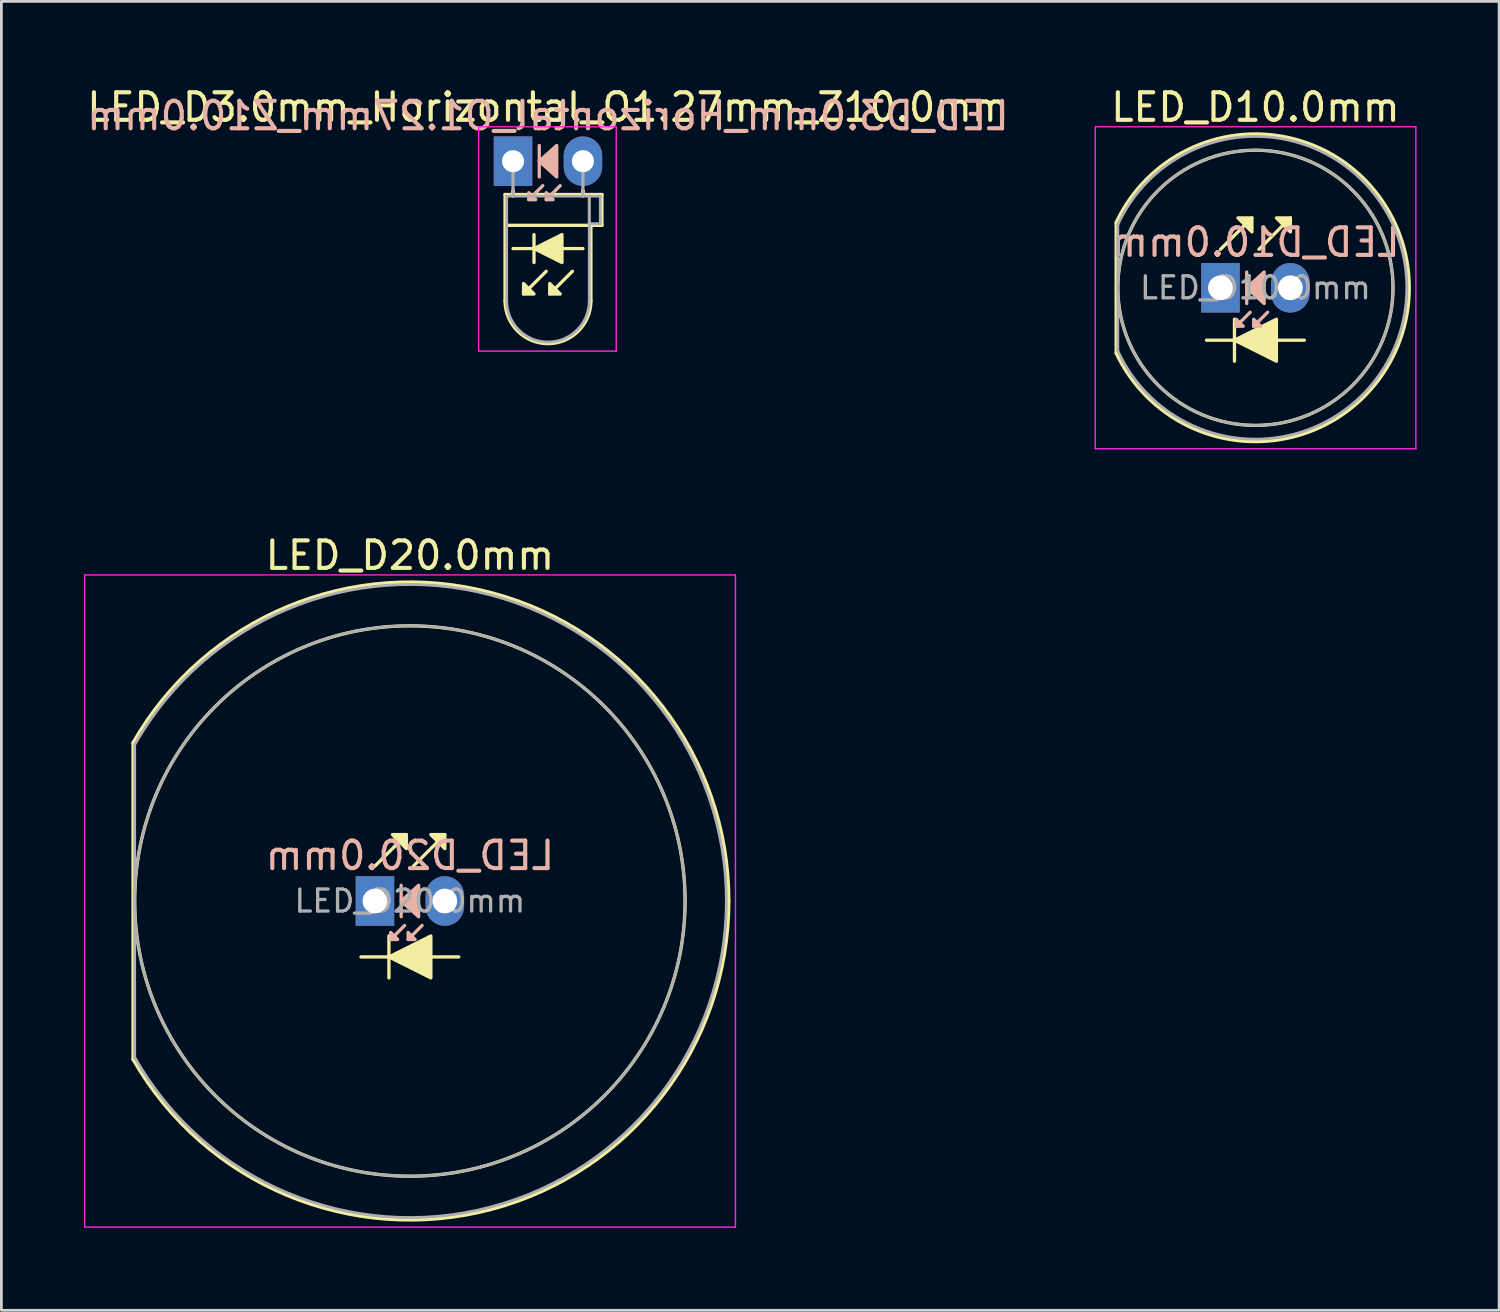
<source format=kicad_pcb>
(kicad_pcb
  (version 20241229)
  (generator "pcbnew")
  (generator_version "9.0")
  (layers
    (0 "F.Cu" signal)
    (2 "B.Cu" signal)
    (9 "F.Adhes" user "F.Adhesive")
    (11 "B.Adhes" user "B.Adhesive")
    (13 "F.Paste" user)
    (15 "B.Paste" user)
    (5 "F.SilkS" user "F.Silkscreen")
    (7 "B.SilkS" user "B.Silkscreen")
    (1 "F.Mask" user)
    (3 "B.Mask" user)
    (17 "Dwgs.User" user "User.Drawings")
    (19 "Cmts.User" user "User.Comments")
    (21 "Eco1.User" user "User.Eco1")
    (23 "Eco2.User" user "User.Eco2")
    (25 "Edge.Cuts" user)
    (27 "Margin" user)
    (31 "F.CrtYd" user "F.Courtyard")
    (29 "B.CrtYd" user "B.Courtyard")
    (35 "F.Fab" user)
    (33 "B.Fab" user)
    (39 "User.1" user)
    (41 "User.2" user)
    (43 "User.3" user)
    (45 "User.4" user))
  (footprint "LED_D10.0mm"
    (layer "F.Cu")
    (at 41.301 7.408)
    (property "Reference" "LED_D10.0mm" (at 1.27 -6.56 0) (layer "F.SilkS") (effects (font (size 1 1) (thickness 0.15))))
    (fp_line (start -3.79 -2.376) (end -3.79 2.376) (stroke (width 0.12) (type solid)) (layer "F.SilkS"))
    (fp_line (start 0 -1.397) (end 1.143 -2.54) (stroke (width 0.12) (type solid)) (layer "F.SilkS"))
    (fp_line (start 0.508 1.143) (end 0.508 2.667) (stroke (width 0.12) (type solid)) (layer "F.SilkS"))
    (fp_line (start 0.508 1.905) (end -0.508 1.905) (stroke (width 0.12) (type solid)) (layer "F.SilkS"))
    (fp_line (start 1.397 -1.397) (end 2.54 -2.54) (stroke (width 0.12) (type solid)) (layer "F.SilkS"))
    (fp_line (start 3.048 1.905) (end 2.032 1.905) (stroke (width 0.12) (type solid)) (layer "F.SilkS"))
    (fp_arc (start -3.79 -2.375816) (mid 2.484794 -5.456407) (end 6.859998 -0.004741) (stroke (width 0.12) (type solid)) (layer "F.SilkS"))
    (fp_arc (start 6.859998 0.004741) (mid 2.484794 5.456407) (end -3.79 2.375816) (stroke (width 0.12) (type solid)) (layer "F.SilkS"))
    (fp_circle (center 1.27 0) (end 6.27 0) (stroke (width 0.12) (type solid)) (fill no) (layer "F.SilkS"))
    (fp_poly (pts (xy 1.143 -2.032) (xy 0.635 -2.54) (xy 1.143 -2.54)) (stroke (width 0.12) (type solid)) (fill yes) (layer "F.SilkS"))
    (fp_poly (pts (xy 2.032 2.667) (xy 0.508 1.905) (xy 2.032 1.143)) (stroke (width 0.12) (type solid)) (fill yes) (layer "F.SilkS"))
    (fp_poly (pts (xy 2.54 -2.032) (xy 2.032 -2.54) (xy 2.54 -2.54)) (stroke (width 0.12) (type solid)) (fill yes) (layer "F.SilkS"))
    (fp_line (start 0.953 -0.572) (end 0.953 0.572) (stroke (width 0.12) (type solid)) (layer "B.SilkS"))
    (fp_line (start 1.079 0.889) (end 0.572 1.397) (stroke (width 0.12) (type solid)) (layer "B.SilkS"))
    (fp_line (start 1.714 0.889) (end 1.206 1.397) (stroke (width 0.12) (type solid)) (layer "B.SilkS"))
    (fp_poly (pts (xy 0.572 1.143) (xy 0.826 1.397) (xy 0.572 1.397)) (stroke (width 0.12) (type solid)) (fill yes) (layer "B.SilkS"))
    (fp_poly (pts (xy 1.206 1.143) (xy 1.46 1.397) (xy 1.206 1.397)) (stroke (width 0.12) (type solid)) (fill yes) (layer "B.SilkS"))
    (fp_poly (pts (xy 1.587 0.572) (xy 0.953 0) (xy 1.587 -0.572)) (stroke (width 0.12) (type solid)) (fill yes) (layer "B.SilkS"))
    (fp_line (start -4.55 -5.85) (end -4.55 5.85) (stroke (width 0.05) (type solid)) (layer "F.CrtYd"))
    (fp_line (start -4.55 5.85) (end 7.1 5.85) (stroke (width 0.05) (type solid)) (layer "F.CrtYd"))
    (fp_line (start 7.1 -5.85) (end -4.55 -5.85) (stroke (width 0.05) (type solid)) (layer "F.CrtYd"))
    (fp_line (start 7.1 5.85) (end 7.1 -5.85) (stroke (width 0.05) (type solid)) (layer "F.CrtYd"))
    (fp_line (start -3.73 -2.291) (end -3.73 2.291) (stroke (width 0.1) (type solid)) (layer "F.Fab"))
    (fp_arc (start -3.73 -2.291288) (mid 6.77 0.001918) (end -3.731597 2.2878) (stroke (width 0.1) (type solid)) (layer "F.Fab"))
    (fp_circle (center 1.27 0) (end 6.27 0) (stroke (width 0.1) (type solid)) (fill no) (layer "F.Fab"))
    (fp_text user "${REFERENCE}" (at 1.27 -1.651 0) (layer "B.SilkS") (effects (font (size 1 1) (thickness 0.15)) (justify mirror)))
    (fp_text user "${REFERENCE}" (at 1.27 0 0) (layer "F.Fab") (effects (font (size 0.8 0.8) (thickness 0.12))))
    (pad "1" thru_hole rect (at 0 0) (size 1.4 1.8) (drill 0.9) (layers "*.Cu" "*.Mask"))
    (pad "2" thru_hole oval (at 2.54 0) (size 1.4 1.8) (drill 0.9) (layers "*.Cu" "*.Mask")))
  (footprint "LED_D20.0mm"
    (layer "F.Cu")
    (at 10.575 29.692)
    (property "Reference" "LED_D20.0mm" (at 1.27 -12.56 0) (layer "F.SilkS") (effects (font (size 1 1) (thickness 0.15))))
    (fp_line (start -8.79 -5.756) (end -8.79 5.756) (stroke (width 0.12) (type solid)) (layer "F.SilkS"))
    (fp_line (start 0 -1.27) (end 1.143 -2.413) (stroke (width 0.12) (type solid)) (layer "F.SilkS"))
    (fp_line (start 0.508 1.27) (end 0.508 2.794) (stroke (width 0.12) (type solid)) (layer "F.SilkS"))
    (fp_line (start 0.508 2.032) (end -0.508 2.032) (stroke (width 0.12) (type solid)) (layer "F.SilkS"))
    (fp_line (start 1.397 -1.27) (end 2.54 -2.413) (stroke (width 0.12) (type solid)) (layer "F.SilkS"))
    (fp_line (start 3.048 2.032) (end 2.032 2.032) (stroke (width 0.12) (type solid)) (layer "F.SilkS"))
    (fp_arc (start -8.79 -5.755389) (mid 4.245115 -11.201643) (end 12.859999 -0.00523) (stroke (width 0.12) (type solid)) (layer "F.SilkS"))
    (fp_arc (start 12.859999 0.00523) (mid 4.245115 11.201643) (end -8.79 5.755389) (stroke (width 0.12) (type solid)) (layer "F.SilkS"))
    (fp_circle (center 1.27 0) (end 11.27 0) (stroke (width 0.12) (type solid)) (fill no) (layer "F.SilkS"))
    (fp_poly (pts (xy 1.143 -1.905) (xy 0.635 -2.413) (xy 1.143 -2.413)) (stroke (width 0.12) (type solid)) (fill yes) (layer "F.SilkS"))
    (fp_poly (pts (xy 2.032 2.794) (xy 0.508 2.032) (xy 2.032 1.27)) (stroke (width 0.12) (type solid)) (fill yes) (layer "F.SilkS"))
    (fp_poly (pts (xy 2.54 -1.905) (xy 2.032 -2.413) (xy 2.54 -2.413)) (stroke (width 0.12) (type solid)) (fill yes) (layer "F.SilkS"))
    (fp_line (start 0.953 -0.572) (end 0.953 0.572) (stroke (width 0.12) (type solid)) (layer "B.SilkS"))
    (fp_line (start 1.079 0.889) (end 0.572 1.397) (stroke (width 0.12) (type solid)) (layer "B.SilkS"))
    (fp_line (start 1.714 0.889) (end 1.206 1.397) (stroke (width 0.12) (type solid)) (layer "B.SilkS"))
    (fp_poly (pts (xy 0.572 1.143) (xy 0.826 1.397) (xy 0.572 1.397)) (stroke (width 0.12) (type solid)) (fill yes) (layer "B.SilkS"))
    (fp_poly (pts (xy 1.206 1.143) (xy 1.46 1.397) (xy 1.206 1.397)) (stroke (width 0.12) (type solid)) (fill yes) (layer "B.SilkS"))
    (fp_poly (pts (xy 1.587 0.572) (xy 0.953 0) (xy 1.587 -0.572)) (stroke (width 0.12) (type solid)) (fill yes) (layer "B.SilkS"))
    (fp_line (start -10.55 -11.85) (end -10.55 11.85) (stroke (width 0.05) (type solid)) (layer "F.CrtYd"))
    (fp_line (start -10.55 11.85) (end 13.1 11.85) (stroke (width 0.05) (type solid)) (layer "F.CrtYd"))
    (fp_line (start 13.1 -11.85) (end -10.55 -11.85) (stroke (width 0.05) (type solid)) (layer "F.CrtYd"))
    (fp_line (start 13.1 11.85) (end 13.1 -11.85) (stroke (width 0.05) (type solid)) (layer "F.CrtYd"))
    (fp_line (start -8.73 -5.679) (end -8.73 5.679) (stroke (width 0.1) (type solid)) (layer "F.Fab"))
    (fp_arc (start -8.73 -5.678908) (mid 12.77 -0.001637) (end -8.728383 5.681755) (stroke (width 0.1) (type solid)) (layer "F.Fab"))
    (fp_circle (center 1.27 0) (end 11.27 0) (stroke (width 0.1) (type solid)) (fill no) (layer "F.Fab"))
    (fp_text user "${REFERENCE}" (at 1.27 -1.651 0) (layer "B.SilkS") (effects (font (size 1 1) (thickness 0.15)) (justify mirror)))
    (fp_text user "${REFERENCE}" (at 1.27 0 0) (layer "F.Fab") (effects (font (size 0.8 0.8) (thickness 0.12))))
    (pad "1" thru_hole rect (at 0 0) (size 1.4 1.8) (drill 0.9) (layers "*.Cu" "*.Mask"))
    (pad "2" thru_hole oval (at 2.54 0) (size 1.4 1.8) (drill 0.9) (layers "*.Cu" "*.Mask")))
  (footprint "LED_D3.0mm_Horizontal_O1.27mm_Z10.0mm"
    (layer "F.Cu")
    (at 15.593 2.808)
    (property "Reference" "LED_D3.0mm_Horizontal_O1.27mm_Z10.0mm" (at 1.27 -1.96 0) (layer "F.SilkS") (effects (font (size 1 1) (thickness 0.15))))
    (fp_line (start -0.29 1.21) (end -0.29 5.07) (stroke (width 0.12) (type solid)) (layer "F.SilkS"))
    (fp_line (start -0.29 1.21) (end 2.83 1.21) (stroke (width 0.12) (type solid)) (layer "F.SilkS"))
    (fp_line (start 0 1.08) (end 0 1.08) (stroke (width 0.12) (type solid)) (layer "F.SilkS"))
    (fp_line (start 0 1.08) (end 0 1.21) (stroke (width 0.12) (type solid)) (layer "F.SilkS"))
    (fp_line (start 0 1.21) (end 0 1.08) (stroke (width 0.12) (type solid)) (layer "F.SilkS"))
    (fp_line (start 0 1.21) (end 0 1.21) (stroke (width 0.12) (type solid)) (layer "F.SilkS"))
    (fp_line (start 0.762 2.667) (end 0.762 3.683) (stroke (width 0.12) (type solid)) (layer "F.SilkS"))
    (fp_line (start 1.206 4) (end 0.381 4.826) (stroke (width 0.12) (type solid)) (layer "F.SilkS"))
    (fp_line (start 2.159 4) (end 1.333 4.826) (stroke (width 0.12) (type solid)) (layer "F.SilkS"))
    (fp_line (start 2.54 1.08) (end 2.54 1.08) (stroke (width 0.12) (type solid)) (layer "F.SilkS"))
    (fp_line (start 2.54 1.08) (end 2.54 1.21) (stroke (width 0.12) (type solid)) (layer "F.SilkS"))
    (fp_line (start 2.54 1.21) (end 2.54 1.08) (stroke (width 0.12) (type solid)) (layer "F.SilkS"))
    (fp_line (start 2.54 1.21) (end 2.54 1.21) (stroke (width 0.12) (type solid)) (layer "F.SilkS"))
    (fp_line (start 2.54 3.175) (end 0 3.175) (stroke (width 0.12) (type solid)) (layer "F.SilkS"))
    (fp_line (start 2.83 1.21) (end 3.23 1.21) (stroke (width 0.12) (type solid)) (layer "F.SilkS"))
    (fp_line (start 2.83 2.33) (end 2.83 5.07) (stroke (width 0.12) (type solid)) (layer "F.SilkS"))
    (fp_line (start 3.23 1.21) (end 3.23 2.33) (stroke (width 0.12) (type solid)) (layer "F.SilkS"))
    (fp_line (start 3.23 2.33) (end -0.254 2.33) (stroke (width 0.12) (type solid)) (layer "F.SilkS"))
    (fp_arc (start 2.83 5.07) (mid 1.27 6.63) (end -0.29 5.07) (stroke (width 0.12) (type solid)) (layer "F.SilkS"))
    (fp_poly (pts (xy 0.381 4.445) (xy 0.762 4.826) (xy 0.381 4.826)) (stroke (width 0.12) (type solid)) (fill yes) (layer "F.SilkS"))
    (fp_poly (pts (xy 1.333 4.445) (xy 1.714 4.826) (xy 1.333 4.826)) (stroke (width 0.12) (type solid)) (fill yes) (layer "F.SilkS"))
    (fp_poly (pts (xy 1.778 3.683) (xy 0.762 3.175) (xy 1.778 2.667)) (stroke (width 0.12) (type solid)) (fill yes) (layer "F.SilkS"))
    (fp_line (start 0.953 -0.572) (end 0.953 0.572) (stroke (width 0.12) (type solid)) (layer "B.SilkS"))
    (fp_line (start 1.079 0.889) (end 0.572 1.397) (stroke (width 0.12) (type solid)) (layer "B.SilkS"))
    (fp_line (start 1.714 0.889) (end 1.206 1.397) (stroke (width 0.12) (type solid)) (layer "B.SilkS"))
    (fp_poly (pts (xy 0.572 1.143) (xy 0.826 1.397) (xy 0.572 1.397)) (stroke (width 0.12) (type solid)) (fill yes) (layer "B.SilkS"))
    (fp_poly (pts (xy 1.206 1.143) (xy 1.46 1.397) (xy 1.206 1.397)) (stroke (width 0.12) (type solid)) (fill yes) (layer "B.SilkS"))
    (fp_poly (pts (xy 1.587 0.572) (xy 0.953 0) (xy 1.587 -0.572)) (stroke (width 0.12) (type solid)) (fill yes) (layer "B.SilkS"))
    (fp_line (start -1.25 -1.25) (end -1.25 6.9) (stroke (width 0.05) (type solid)) (layer "F.CrtYd"))
    (fp_line (start -1.25 6.9) (end 3.75 6.9) (stroke (width 0.05) (type solid)) (layer "F.CrtYd"))
    (fp_line (start 3.75 -1.25) (end -1.25 -1.25) (stroke (width 0.05) (type solid)) (layer "F.CrtYd"))
    (fp_line (start 3.75 6.9) (end 3.75 -1.25) (stroke (width 0.05) (type solid)) (layer "F.CrtYd"))
    (fp_line (start -0.23 1.27) (end -0.23 5.07) (stroke (width 0.1) (type solid)) (layer "F.Fab"))
    (fp_line (start -0.23 1.27) (end 2.77 1.27) (stroke (width 0.1) (type solid)) (layer "F.Fab"))
    (fp_line (start 0 0) (end 0 0) (stroke (width 0.1) (type solid)) (layer "F.Fab"))
    (fp_line (start 0 0) (end 0 1.27) (stroke (width 0.1) (type solid)) (layer "F.Fab"))
    (fp_line (start 0 1.27) (end 0 0) (stroke (width 0.1) (type solid)) (layer "F.Fab"))
    (fp_line (start 0 1.27) (end 0 1.27) (stroke (width 0.1) (type solid)) (layer "F.Fab"))
    (fp_line (start 2.54 0) (end 2.54 0) (stroke (width 0.1) (type solid)) (layer "F.Fab"))
    (fp_line (start 2.54 0) (end 2.54 1.27) (stroke (width 0.1) (type solid)) (layer "F.Fab"))
    (fp_line (start 2.54 1.27) (end 2.54 0) (stroke (width 0.1) (type solid)) (layer "F.Fab"))
    (fp_line (start 2.54 1.27) (end 2.54 1.27) (stroke (width 0.1) (type solid)) (layer "F.Fab"))
    (fp_line (start 2.77 1.27) (end 2.77 5.07) (stroke (width 0.1) (type solid)) (layer "F.Fab"))
    (fp_line (start 2.77 1.27) (end 3.17 1.27) (stroke (width 0.1) (type solid)) (layer "F.Fab"))
    (fp_line (start 2.77 2.27) (end 2.77 1.27) (stroke (width 0.1) (type solid)) (layer "F.Fab"))
    (fp_line (start 3.17 1.27) (end 3.17 2.27) (stroke (width 0.1) (type solid)) (layer "F.Fab"))
    (fp_line (start 3.17 2.27) (end 2.77 2.27) (stroke (width 0.1) (type solid)) (layer "F.Fab"))
    (fp_arc (start 2.77 5.07) (mid 1.27 6.57) (end -0.23 5.07) (stroke (width 0.1) (type solid)) (layer "F.Fab"))
    (fp_text user "${REFERENCE}" (at 1.27 -1.651 0) (layer "B.SilkS") (effects (font (size 1 1) (thickness 0.15)) (justify mirror)))
    (pad "1" thru_hole rect (at 0 0) (size 1.4 1.8) (drill 0.8) (layers "*.Cu" "*.Mask"))
    (pad "2" thru_hole oval (at 2.54 0) (size 1.4 1.8) (drill 0.8) (layers "*.Cu" "*.Mask")))
  (gr_rect
    (start -3 -3)
    (end 51.426 44.566)
    (stroke (width 0.1) (type default))
    (fill no)
    (layer "Edge.Cuts")))
</source>
